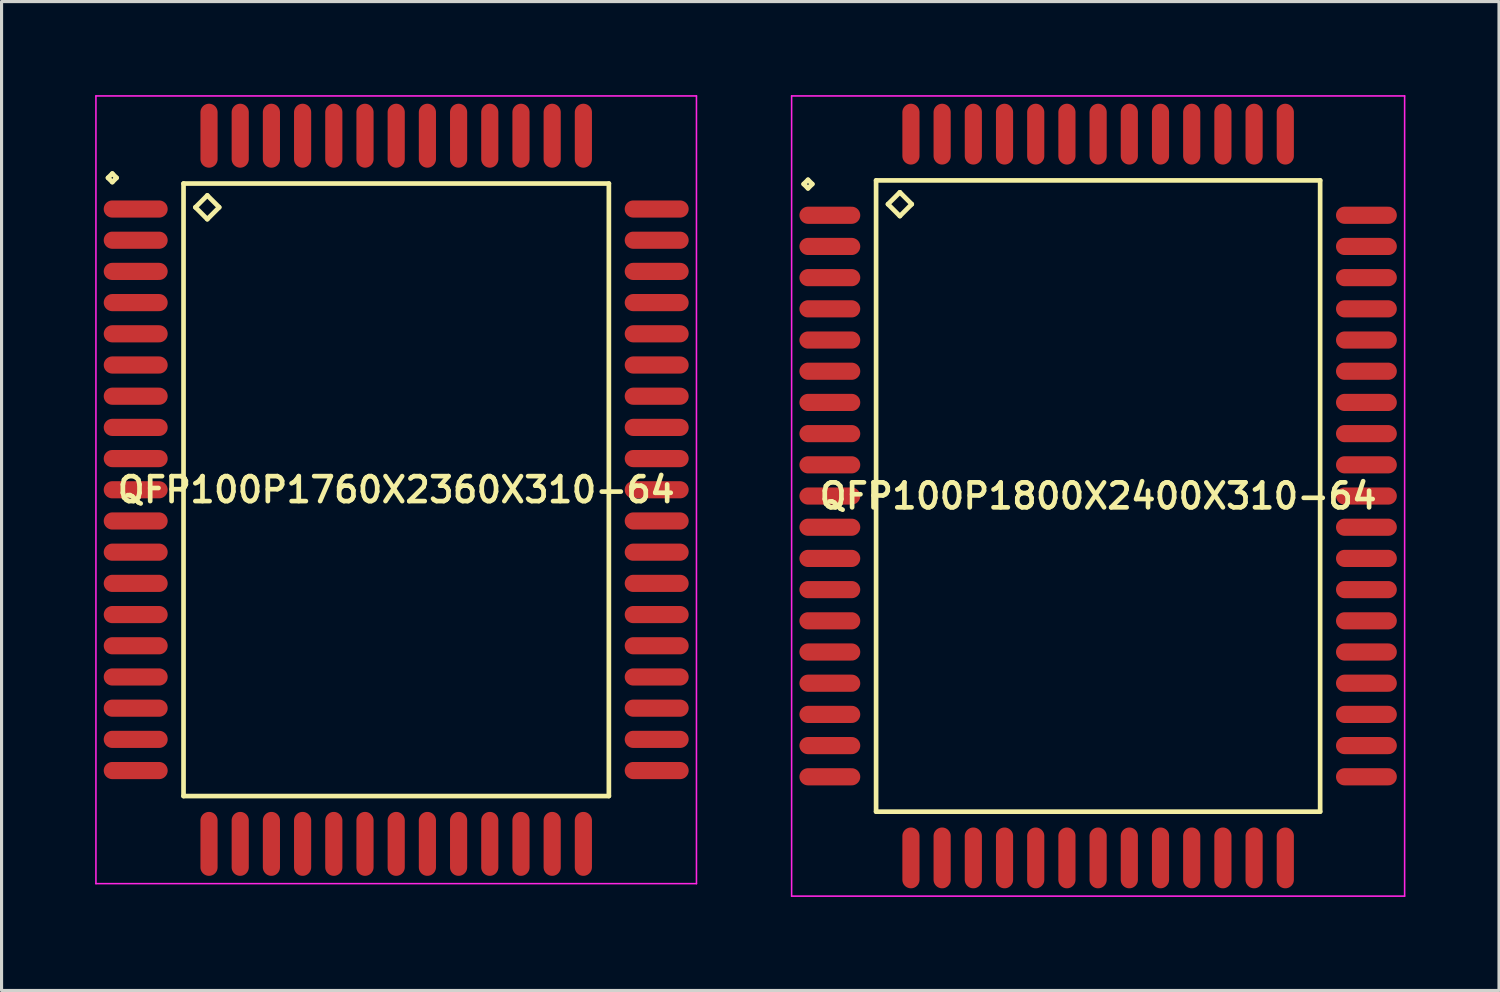
<source format=kicad_pcb>
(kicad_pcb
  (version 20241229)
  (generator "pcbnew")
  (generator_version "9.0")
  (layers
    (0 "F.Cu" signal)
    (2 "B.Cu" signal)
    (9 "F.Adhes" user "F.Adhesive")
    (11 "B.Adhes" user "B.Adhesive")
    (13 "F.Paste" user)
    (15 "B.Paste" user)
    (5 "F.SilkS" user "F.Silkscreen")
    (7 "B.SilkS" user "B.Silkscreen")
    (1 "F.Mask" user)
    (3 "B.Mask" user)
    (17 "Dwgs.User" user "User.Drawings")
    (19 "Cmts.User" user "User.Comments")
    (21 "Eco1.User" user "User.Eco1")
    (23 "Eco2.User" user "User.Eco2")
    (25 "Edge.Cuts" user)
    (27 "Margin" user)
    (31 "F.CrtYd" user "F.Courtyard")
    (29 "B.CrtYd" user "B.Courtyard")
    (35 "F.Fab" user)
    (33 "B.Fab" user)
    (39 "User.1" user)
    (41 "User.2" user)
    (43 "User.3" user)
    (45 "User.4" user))
  (footprint "QFP100P1800X2400X310-64"
    (layer "F.Cu")
    (at 32.15 12.85)
    (property "Reference" "QFP100P1800X2400X310-64" (at 0 0 0) (layer "F.SilkS") (effects (font (size 0.8 0.8) (thickness 0.15))))
    (attr smd)
    (fp_line (start -9.438 -10) (end -9.3 -10.137) (stroke (width 0.15) (type solid)) (layer "F.SilkS"))
    (fp_line (start -9.3 -10.137) (end -9.162 -10) (stroke (width 0.15) (type solid)) (layer "F.SilkS"))
    (fp_line (start -9.3 -9.863) (end -9.438 -10) (stroke (width 0.15) (type solid)) (layer "F.SilkS"))
    (fp_line (start -9.162 -10) (end -9.3 -9.863) (stroke (width 0.15) (type solid)) (layer "F.SilkS"))
    (fp_line (start -7.117 -10.117) (end -7.117 10.117) (stroke (width 0.15) (type solid)) (layer "F.SilkS"))
    (fp_line (start -7.117 10.117) (end 7.117 10.117) (stroke (width 0.15) (type solid)) (layer "F.SilkS"))
    (fp_line (start -6.736 -9.355) (end -6.355 -9.736) (stroke (width 0.15) (type solid)) (layer "F.SilkS"))
    (fp_line (start -6.355 -9.736) (end -5.974 -9.355) (stroke (width 0.15) (type solid)) (layer "F.SilkS"))
    (fp_line (start -6.355 -8.974) (end -6.736 -9.355) (stroke (width 0.15) (type solid)) (layer "F.SilkS"))
    (fp_line (start -5.974 -9.355) (end -6.355 -8.974) (stroke (width 0.15) (type solid)) (layer "F.SilkS"))
    (fp_line (start 7.117 -10.117) (end -7.117 -10.117) (stroke (width 0.15) (type solid)) (layer "F.SilkS"))
    (fp_line (start 7.117 10.117) (end 7.117 -10.117) (stroke (width 0.15) (type solid)) (layer "F.SilkS"))
    (fp_line (start -9.825 -12.825) (end 9.825 -12.825) (stroke (width 0.05) (type solid)) (layer "F.CrtYd"))
    (fp_line (start -9.825 12.825) (end -9.825 -12.825) (stroke (width 0.05) (type solid)) (layer "F.CrtYd"))
    (fp_line (start 9.825 -12.825) (end 9.825 12.825) (stroke (width 0.05) (type solid)) (layer "F.CrtYd"))
    (fp_line (start 9.825 12.825) (end -9.825 12.825) (stroke (width 0.05) (type solid)) (layer "F.CrtYd"))
    (pad "1" smd oval (at -8.6 -9) (size 1.95 0.55) (layers "F.Cu" "F.Mask" "F.Paste"))
    (pad "2" smd oval (at -8.6 -8) (size 1.95 0.55) (layers "F.Cu" "F.Mask" "F.Paste"))
    (pad "3" smd oval (at -8.6 -7) (size 1.95 0.55) (layers "F.Cu" "F.Mask" "F.Paste"))
    (pad "4" smd oval (at -8.6 -6) (size 1.95 0.55) (layers "F.Cu" "F.Mask" "F.Paste"))
    (pad "5" smd oval (at -8.6 -5) (size 1.95 0.55) (layers "F.Cu" "F.Mask" "F.Paste"))
    (pad "6" smd oval (at -8.6 -4) (size 1.95 0.55) (layers "F.Cu" "F.Mask" "F.Paste"))
    (pad "7" smd oval (at -8.6 -3) (size 1.95 0.55) (layers "F.Cu" "F.Mask" "F.Paste"))
    (pad "8" smd oval (at -8.6 -2) (size 1.95 0.55) (layers "F.Cu" "F.Mask" "F.Paste"))
    (pad "9" smd oval (at -8.6 -1) (size 1.95 0.55) (layers "F.Cu" "F.Mask" "F.Paste"))
    (pad "10" smd oval (at -8.6 0) (size 1.95 0.55) (layers "F.Cu" "F.Mask" "F.Paste"))
    (pad "11" smd oval (at -8.6 1) (size 1.95 0.55) (layers "F.Cu" "F.Mask" "F.Paste"))
    (pad "12" smd oval (at -8.6 2) (size 1.95 0.55) (layers "F.Cu" "F.Mask" "F.Paste"))
    (pad "13" smd oval (at -8.6 3) (size 1.95 0.55) (layers "F.Cu" "F.Mask" "F.Paste"))
    (pad "14" smd oval (at -8.6 4) (size 1.95 0.55) (layers "F.Cu" "F.Mask" "F.Paste"))
    (pad "15" smd oval (at -8.6 5) (size 1.95 0.55) (layers "F.Cu" "F.Mask" "F.Paste"))
    (pad "16" smd oval (at -8.6 6) (size 1.95 0.55) (layers "F.Cu" "F.Mask" "F.Paste"))
    (pad "17" smd oval (at -8.6 7) (size 1.95 0.55) (layers "F.Cu" "F.Mask" "F.Paste"))
    (pad "18" smd oval (at -8.6 8) (size 1.95 0.55) (layers "F.Cu" "F.Mask" "F.Paste"))
    (pad "19" smd oval (at -8.6 9) (size 1.95 0.55) (layers "F.Cu" "F.Mask" "F.Paste"))
    (pad "20" smd oval (at -6 11.6) (size 0.55 1.95) (layers "F.Cu" "F.Mask" "F.Paste"))
    (pad "21" smd oval (at -5 11.6) (size 0.55 1.95) (layers "F.Cu" "F.Mask" "F.Paste"))
    (pad "22" smd oval (at -4 11.6) (size 0.55 1.95) (layers "F.Cu" "F.Mask" "F.Paste"))
    (pad "23" smd oval (at -3 11.6) (size 0.55 1.95) (layers "F.Cu" "F.Mask" "F.Paste"))
    (pad "24" smd oval (at -2 11.6) (size 0.55 1.95) (layers "F.Cu" "F.Mask" "F.Paste"))
    (pad "25" smd oval (at -1 11.6) (size 0.55 1.95) (layers "F.Cu" "F.Mask" "F.Paste"))
    (pad "26" smd oval (at 0 11.6) (size 0.55 1.95) (layers "F.Cu" "F.Mask" "F.Paste"))
    (pad "27" smd oval (at 1 11.6) (size 0.55 1.95) (layers "F.Cu" "F.Mask" "F.Paste"))
    (pad "28" smd oval (at 2 11.6) (size 0.55 1.95) (layers "F.Cu" "F.Mask" "F.Paste"))
    (pad "29" smd oval (at 3 11.6) (size 0.55 1.95) (layers "F.Cu" "F.Mask" "F.Paste"))
    (pad "30" smd oval (at 4 11.6) (size 0.55 1.95) (layers "F.Cu" "F.Mask" "F.Paste"))
    (pad "31" smd oval (at 5 11.6) (size 0.55 1.95) (layers "F.Cu" "F.Mask" "F.Paste"))
    (pad "32" smd oval (at 6 11.6) (size 0.55 1.95) (layers "F.Cu" "F.Mask" "F.Paste"))
    (pad "33" smd oval (at 8.6 9) (size 1.95 0.55) (layers "F.Cu" "F.Mask" "F.Paste"))
    (pad "34" smd oval (at 8.6 8) (size 1.95 0.55) (layers "F.Cu" "F.Mask" "F.Paste"))
    (pad "35" smd oval (at 8.6 7) (size 1.95 0.55) (layers "F.Cu" "F.Mask" "F.Paste"))
    (pad "36" smd oval (at 8.6 6) (size 1.95 0.55) (layers "F.Cu" "F.Mask" "F.Paste"))
    (pad "37" smd oval (at 8.6 5) (size 1.95 0.55) (layers "F.Cu" "F.Mask" "F.Paste"))
    (pad "38" smd oval (at 8.6 4) (size 1.95 0.55) (layers "F.Cu" "F.Mask" "F.Paste"))
    (pad "39" smd oval (at 8.6 3) (size 1.95 0.55) (layers "F.Cu" "F.Mask" "F.Paste"))
    (pad "40" smd oval (at 8.6 2) (size 1.95 0.55) (layers "F.Cu" "F.Mask" "F.Paste"))
    (pad "41" smd oval (at 8.6 1) (size 1.95 0.55) (layers "F.Cu" "F.Mask" "F.Paste"))
    (pad "42" smd oval (at 8.6 0) (size 1.95 0.55) (layers "F.Cu" "F.Mask" "F.Paste"))
    (pad "43" smd oval (at 8.6 -1) (size 1.95 0.55) (layers "F.Cu" "F.Mask" "F.Paste"))
    (pad "44" smd oval (at 8.6 -2) (size 1.95 0.55) (layers "F.Cu" "F.Mask" "F.Paste"))
    (pad "45" smd oval (at 8.6 -3) (size 1.95 0.55) (layers "F.Cu" "F.Mask" "F.Paste"))
    (pad "46" smd oval (at 8.6 -4) (size 1.95 0.55) (layers "F.Cu" "F.Mask" "F.Paste"))
    (pad "47" smd oval (at 8.6 -5) (size 1.95 0.55) (layers "F.Cu" "F.Mask" "F.Paste"))
    (pad "48" smd oval (at 8.6 -6) (size 1.95 0.55) (layers "F.Cu" "F.Mask" "F.Paste"))
    (pad "49" smd oval (at 8.6 -7) (size 1.95 0.55) (layers "F.Cu" "F.Mask" "F.Paste"))
    (pad "50" smd oval (at 8.6 -8) (size 1.95 0.55) (layers "F.Cu" "F.Mask" "F.Paste"))
    (pad "51" smd oval (at 8.6 -9) (size 1.95 0.55) (layers "F.Cu" "F.Mask" "F.Paste"))
    (pad "52" smd oval (at 6 -11.6) (size 0.55 1.95) (layers "F.Cu" "F.Mask" "F.Paste"))
    (pad "53" smd oval (at 5 -11.6) (size 0.55 1.95) (layers "F.Cu" "F.Mask" "F.Paste"))
    (pad "54" smd oval (at 4 -11.6) (size 0.55 1.95) (layers "F.Cu" "F.Mask" "F.Paste"))
    (pad "55" smd oval (at 3 -11.6) (size 0.55 1.95) (layers "F.Cu" "F.Mask" "F.Paste"))
    (pad "56" smd oval (at 2 -11.6) (size 0.55 1.95) (layers "F.Cu" "F.Mask" "F.Paste"))
    (pad "57" smd oval (at 1 -11.6) (size 0.55 1.95) (layers "F.Cu" "F.Mask" "F.Paste"))
    (pad "58" smd oval (at 0 -11.6) (size 0.55 1.95) (layers "F.Cu" "F.Mask" "F.Paste"))
    (pad "59" smd oval (at -1 -11.6) (size 0.55 1.95) (layers "F.Cu" "F.Mask" "F.Paste"))
    (pad "60" smd oval (at -2 -11.6) (size 0.55 1.95) (layers "F.Cu" "F.Mask" "F.Paste"))
    (pad "61" smd oval (at -3 -11.6) (size 0.55 1.95) (layers "F.Cu" "F.Mask" "F.Paste"))
    (pad "62" smd oval (at -4 -11.6) (size 0.55 1.95) (layers "F.Cu" "F.Mask" "F.Paste"))
    (pad "63" smd oval (at -5 -11.6) (size 0.55 1.95) (layers "F.Cu" "F.Mask" "F.Paste"))
    (pad "64" smd oval (at -6 -11.6) (size 0.55 1.95) (layers "F.Cu" "F.Mask" "F.Paste")))
  (footprint "QFP100P1760X2360X310-64"
    (layer "F.Cu")
    (at 9.65 12.65)
    (property "Reference" "QFP100P1760X2360X310-64" (at 0 0 0) (layer "F.SilkS") (effects (font (size 0.8 0.8) (thickness 0.15))))
    (attr smd)
    (fp_line (start -9.238 -10) (end -9.1 -10.137) (stroke (width 0.15) (type solid)) (layer "F.SilkS"))
    (fp_line (start -9.1 -10.137) (end -8.963 -10) (stroke (width 0.15) (type solid)) (layer "F.SilkS"))
    (fp_line (start -9.1 -9.863) (end -9.238 -10) (stroke (width 0.15) (type solid)) (layer "F.SilkS"))
    (fp_line (start -8.963 -10) (end -9.1 -9.863) (stroke (width 0.15) (type solid)) (layer "F.SilkS"))
    (fp_line (start -6.817 -9.817) (end -6.817 9.817) (stroke (width 0.15) (type solid)) (layer "F.SilkS"))
    (fp_line (start -6.817 9.817) (end 6.817 9.817) (stroke (width 0.15) (type solid)) (layer "F.SilkS"))
    (fp_line (start -6.436 -9.055) (end -6.055 -9.436) (stroke (width 0.15) (type solid)) (layer "F.SilkS"))
    (fp_line (start -6.055 -9.436) (end -5.674 -9.055) (stroke (width 0.15) (type solid)) (layer "F.SilkS"))
    (fp_line (start -6.055 -8.674) (end -6.436 -9.055) (stroke (width 0.15) (type solid)) (layer "F.SilkS"))
    (fp_line (start -5.674 -9.055) (end -6.055 -8.674) (stroke (width 0.15) (type solid)) (layer "F.SilkS"))
    (fp_line (start 6.817 -9.817) (end -6.817 -9.817) (stroke (width 0.15) (type solid)) (layer "F.SilkS"))
    (fp_line (start 6.817 9.817) (end 6.817 -9.817) (stroke (width 0.15) (type solid)) (layer "F.SilkS"))
    (fp_line (start -9.625 -12.625) (end 9.625 -12.625) (stroke (width 0.05) (type solid)) (layer "F.CrtYd"))
    (fp_line (start -9.625 12.625) (end -9.625 -12.625) (stroke (width 0.05) (type solid)) (layer "F.CrtYd"))
    (fp_line (start 9.625 -12.625) (end 9.625 12.625) (stroke (width 0.05) (type solid)) (layer "F.CrtYd"))
    (fp_line (start 9.625 12.625) (end -9.625 12.625) (stroke (width 0.05) (type solid)) (layer "F.CrtYd"))
    (pad "1" smd oval (at -8.35 -9) (size 2.05 0.55) (layers "F.Cu" "F.Mask" "F.Paste"))
    (pad "2" smd oval (at -8.35 -8) (size 2.05 0.55) (layers "F.Cu" "F.Mask" "F.Paste"))
    (pad "3" smd oval (at -8.35 -7) (size 2.05 0.55) (layers "F.Cu" "F.Mask" "F.Paste"))
    (pad "4" smd oval (at -8.35 -6) (size 2.05 0.55) (layers "F.Cu" "F.Mask" "F.Paste"))
    (pad "5" smd oval (at -8.35 -5) (size 2.05 0.55) (layers "F.Cu" "F.Mask" "F.Paste"))
    (pad "6" smd oval (at -8.35 -4) (size 2.05 0.55) (layers "F.Cu" "F.Mask" "F.Paste"))
    (pad "7" smd oval (at -8.35 -3) (size 2.05 0.55) (layers "F.Cu" "F.Mask" "F.Paste"))
    (pad "8" smd oval (at -8.35 -2) (size 2.05 0.55) (layers "F.Cu" "F.Mask" "F.Paste"))
    (pad "9" smd oval (at -8.35 -1) (size 2.05 0.55) (layers "F.Cu" "F.Mask" "F.Paste"))
    (pad "10" smd oval (at -8.35 0) (size 2.05 0.55) (layers "F.Cu" "F.Mask" "F.Paste"))
    (pad "11" smd oval (at -8.35 1) (size 2.05 0.55) (layers "F.Cu" "F.Mask" "F.Paste"))
    (pad "12" smd oval (at -8.35 2) (size 2.05 0.55) (layers "F.Cu" "F.Mask" "F.Paste"))
    (pad "13" smd oval (at -8.35 3) (size 2.05 0.55) (layers "F.Cu" "F.Mask" "F.Paste"))
    (pad "14" smd oval (at -8.35 4) (size 2.05 0.55) (layers "F.Cu" "F.Mask" "F.Paste"))
    (pad "15" smd oval (at -8.35 5) (size 2.05 0.55) (layers "F.Cu" "F.Mask" "F.Paste"))
    (pad "16" smd oval (at -8.35 6) (size 2.05 0.55) (layers "F.Cu" "F.Mask" "F.Paste"))
    (pad "17" smd oval (at -8.35 7) (size 2.05 0.55) (layers "F.Cu" "F.Mask" "F.Paste"))
    (pad "18" smd oval (at -8.35 8) (size 2.05 0.55) (layers "F.Cu" "F.Mask" "F.Paste"))
    (pad "19" smd oval (at -8.35 9) (size 2.05 0.55) (layers "F.Cu" "F.Mask" "F.Paste"))
    (pad "20" smd oval (at -6 11.35) (size 0.55 2.05) (layers "F.Cu" "F.Mask" "F.Paste"))
    (pad "21" smd oval (at -5 11.35) (size 0.55 2.05) (layers "F.Cu" "F.Mask" "F.Paste"))
    (pad "22" smd oval (at -4 11.35) (size 0.55 2.05) (layers "F.Cu" "F.Mask" "F.Paste"))
    (pad "23" smd oval (at -3 11.35) (size 0.55 2.05) (layers "F.Cu" "F.Mask" "F.Paste"))
    (pad "24" smd oval (at -2 11.35) (size 0.55 2.05) (layers "F.Cu" "F.Mask" "F.Paste"))
    (pad "25" smd oval (at -1 11.35) (size 0.55 2.05) (layers "F.Cu" "F.Mask" "F.Paste"))
    (pad "26" smd oval (at 0 11.35) (size 0.55 2.05) (layers "F.Cu" "F.Mask" "F.Paste"))
    (pad "27" smd oval (at 1 11.35) (size 0.55 2.05) (layers "F.Cu" "F.Mask" "F.Paste"))
    (pad "28" smd oval (at 2 11.35) (size 0.55 2.05) (layers "F.Cu" "F.Mask" "F.Paste"))
    (pad "29" smd oval (at 3 11.35) (size 0.55 2.05) (layers "F.Cu" "F.Mask" "F.Paste"))
    (pad "30" smd oval (at 4 11.35) (size 0.55 2.05) (layers "F.Cu" "F.Mask" "F.Paste"))
    (pad "31" smd oval (at 5 11.35) (size 0.55 2.05) (layers "F.Cu" "F.Mask" "F.Paste"))
    (pad "32" smd oval (at 6 11.35) (size 0.55 2.05) (layers "F.Cu" "F.Mask" "F.Paste"))
    (pad "33" smd oval (at 8.35 9) (size 2.05 0.55) (layers "F.Cu" "F.Mask" "F.Paste"))
    (pad "34" smd oval (at 8.35 8) (size 2.05 0.55) (layers "F.Cu" "F.Mask" "F.Paste"))
    (pad "35" smd oval (at 8.35 7) (size 2.05 0.55) (layers "F.Cu" "F.Mask" "F.Paste"))
    (pad "36" smd oval (at 8.35 6) (size 2.05 0.55) (layers "F.Cu" "F.Mask" "F.Paste"))
    (pad "37" smd oval (at 8.35 5) (size 2.05 0.55) (layers "F.Cu" "F.Mask" "F.Paste"))
    (pad "38" smd oval (at 8.35 4) (size 2.05 0.55) (layers "F.Cu" "F.Mask" "F.Paste"))
    (pad "39" smd oval (at 8.35 3) (size 2.05 0.55) (layers "F.Cu" "F.Mask" "F.Paste"))
    (pad "40" smd oval (at 8.35 2) (size 2.05 0.55) (layers "F.Cu" "F.Mask" "F.Paste"))
    (pad "41" smd oval (at 8.35 1) (size 2.05 0.55) (layers "F.Cu" "F.Mask" "F.Paste"))
    (pad "42" smd oval (at 8.35 0) (size 2.05 0.55) (layers "F.Cu" "F.Mask" "F.Paste"))
    (pad "43" smd oval (at 8.35 -1) (size 2.05 0.55) (layers "F.Cu" "F.Mask" "F.Paste"))
    (pad "44" smd oval (at 8.35 -2) (size 2.05 0.55) (layers "F.Cu" "F.Mask" "F.Paste"))
    (pad "45" smd oval (at 8.35 -3) (size 2.05 0.55) (layers "F.Cu" "F.Mask" "F.Paste"))
    (pad "46" smd oval (at 8.35 -4) (size 2.05 0.55) (layers "F.Cu" "F.Mask" "F.Paste"))
    (pad "47" smd oval (at 8.35 -5) (size 2.05 0.55) (layers "F.Cu" "F.Mask" "F.Paste"))
    (pad "48" smd oval (at 8.35 -6) (size 2.05 0.55) (layers "F.Cu" "F.Mask" "F.Paste"))
    (pad "49" smd oval (at 8.35 -7) (size 2.05 0.55) (layers "F.Cu" "F.Mask" "F.Paste"))
    (pad "50" smd oval (at 8.35 -8) (size 2.05 0.55) (layers "F.Cu" "F.Mask" "F.Paste"))
    (pad "51" smd oval (at 8.35 -9) (size 2.05 0.55) (layers "F.Cu" "F.Mask" "F.Paste"))
    (pad "52" smd oval (at 6 -11.35) (size 0.55 2.05) (layers "F.Cu" "F.Mask" "F.Paste"))
    (pad "53" smd oval (at 5 -11.35) (size 0.55 2.05) (layers "F.Cu" "F.Mask" "F.Paste"))
    (pad "54" smd oval (at 4 -11.35) (size 0.55 2.05) (layers "F.Cu" "F.Mask" "F.Paste"))
    (pad "55" smd oval (at 3 -11.35) (size 0.55 2.05) (layers "F.Cu" "F.Mask" "F.Paste"))
    (pad "56" smd oval (at 2 -11.35) (size 0.55 2.05) (layers "F.Cu" "F.Mask" "F.Paste"))
    (pad "57" smd oval (at 1 -11.35) (size 0.55 2.05) (layers "F.Cu" "F.Mask" "F.Paste"))
    (pad "58" smd oval (at 0 -11.35) (size 0.55 2.05) (layers "F.Cu" "F.Mask" "F.Paste"))
    (pad "59" smd oval (at -1 -11.35) (size 0.55 2.05) (layers "F.Cu" "F.Mask" "F.Paste"))
    (pad "60" smd oval (at -2 -11.35) (size 0.55 2.05) (layers "F.Cu" "F.Mask" "F.Paste"))
    (pad "61" smd oval (at -3 -11.35) (size 0.55 2.05) (layers "F.Cu" "F.Mask" "F.Paste"))
    (pad "62" smd oval (at -4 -11.35) (size 0.55 2.05) (layers "F.Cu" "F.Mask" "F.Paste"))
    (pad "63" smd oval (at -5 -11.35) (size 0.55 2.05) (layers "F.Cu" "F.Mask" "F.Paste"))
    (pad "64" smd oval (at -6 -11.35) (size 0.55 2.05) (layers "F.Cu" "F.Mask" "F.Paste")))
  (gr_rect
    (start -3 -3)
    (end 45 28.7)
    (stroke (width 0.1) (type default))
    (fill no)
    (layer "Edge.Cuts")))
</source>
